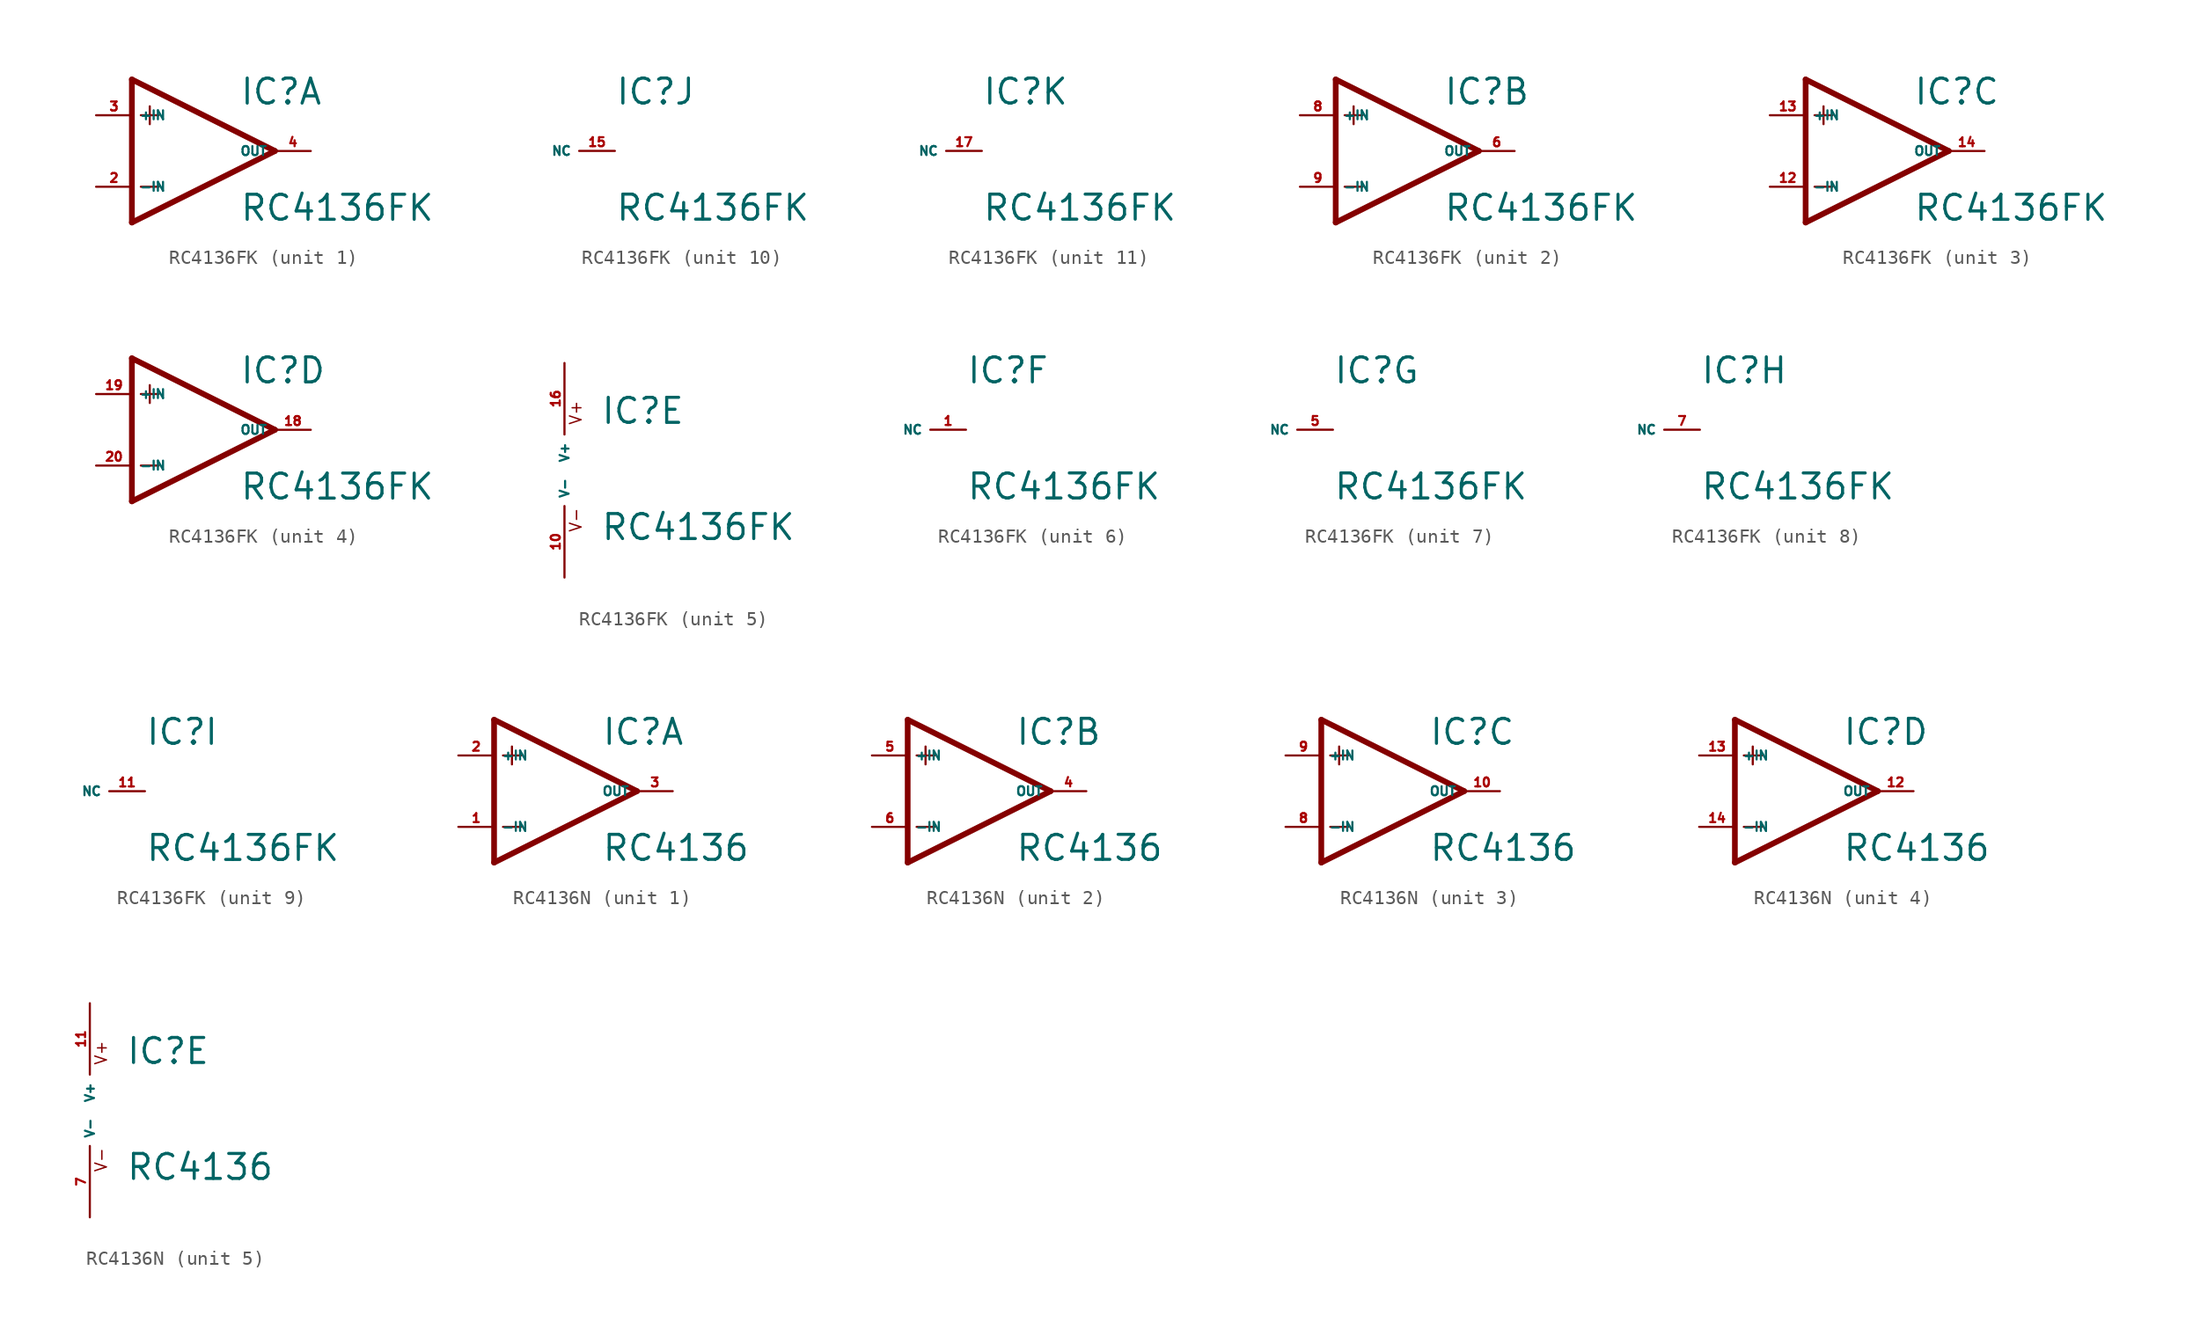
<source format=kicad_sym>
(kicad_symbol_lib
  (version 20220914)
  (generator Eagle2Kicad)
  (symbol "RC4136FK"
    (property "Reference" "IC"
      (at 2.54 3.175 0)
      (effects (font (size 1.778 1.778) (thickness 0.22)) (justify left bottom)))
    (property "Value" "RC4136FK"
      (at 2.54 -5.08 0)
      (effects (font (size 1.778 1.778) (thickness 0.22)) (justify left bottom)))
    (symbol "RC4136FK_1_0"
      (polyline (pts (xy -5.08 5.08) (xy -5.08 -5.08)) (stroke (width 0.406) (type default)) (fill (type none)))
      (polyline (pts (xy -5.08 -5.08) (xy 5.08 0)) (stroke (width 0.406) (type default)) (fill (type none)))
      (polyline (pts (xy 5.08 0) (xy -5.08 5.08)) (stroke (width 0.406) (type default)) (fill (type none)))
      (polyline (pts (xy -3.81 3.175) (xy -3.81 1.905)) (stroke (width 0.152) (type default)) (fill (type none)))
      (polyline (pts (xy -4.445 2.54) (xy -3.175 2.54)) (stroke (width 0.152) (type default)) (fill (type none)))
      (polyline (pts (xy -4.445 -2.54) (xy -3.175 -2.54)) (stroke (width 0.152) (type default)) (fill (type none)))
      (pin input line (at -7.62 -2.54 0) (length 2.54) (name "-IN" (effects (font (size 0.635 0.635) (thickness 0.08)) (justify left bottom))) (number "2" (effects (font (size 0.635 0.635) (thickness 0.08)) (justify left bottom))))
      (pin input line (at -7.62 2.54 0) (length 2.54) (name "+IN" (effects (font (size 0.635 0.635) (thickness 0.08)) (justify left bottom))) (number "3" (effects (font (size 0.635 0.635) (thickness 0.08)) (justify left bottom))))
      (pin output line (at 7.62 0 180) (length 2.54) (name "OUT" (effects (font (size 0.635 0.635) (thickness 0.08)) (justify left bottom))) (number "4" (effects (font (size 0.635 0.635) (thickness 0.08)) (justify left bottom)))))
    (symbol "RC4136FK_2_0"
      (polyline (pts (xy -5.08 5.08) (xy -5.08 -5.08)) (stroke (width 0.406) (type default)) (fill (type none)))
      (polyline (pts (xy -5.08 -5.08) (xy 5.08 0)) (stroke (width 0.406) (type default)) (fill (type none)))
      (polyline (pts (xy 5.08 0) (xy -5.08 5.08)) (stroke (width 0.406) (type default)) (fill (type none)))
      (polyline (pts (xy -3.81 3.175) (xy -3.81 1.905)) (stroke (width 0.152) (type default)) (fill (type none)))
      (polyline (pts (xy -4.445 2.54) (xy -3.175 2.54)) (stroke (width 0.152) (type default)) (fill (type none)))
      (polyline (pts (xy -4.445 -2.54) (xy -3.175 -2.54)) (stroke (width 0.152) (type default)) (fill (type none)))
      (pin input line (at -7.62 -2.54 0) (length 2.54) (name "-IN" (effects (font (size 0.635 0.635) (thickness 0.08)) (justify left bottom))) (number "9" (effects (font (size 0.635 0.635) (thickness 0.08)) (justify left bottom))))
      (pin input line (at -7.62 2.54 0) (length 2.54) (name "+IN" (effects (font (size 0.635 0.635) (thickness 0.08)) (justify left bottom))) (number "8" (effects (font (size 0.635 0.635) (thickness 0.08)) (justify left bottom))))
      (pin output line (at 7.62 0 180) (length 2.54) (name "OUT" (effects (font (size 0.635 0.635) (thickness 0.08)) (justify left bottom))) (number "6" (effects (font (size 0.635 0.635) (thickness 0.08)) (justify left bottom)))))
    (symbol "RC4136FK_3_0"
      (polyline (pts (xy -5.08 5.08) (xy -5.08 -5.08)) (stroke (width 0.406) (type default)) (fill (type none)))
      (polyline (pts (xy -5.08 -5.08) (xy 5.08 0)) (stroke (width 0.406) (type default)) (fill (type none)))
      (polyline (pts (xy 5.08 0) (xy -5.08 5.08)) (stroke (width 0.406) (type default)) (fill (type none)))
      (polyline (pts (xy -3.81 3.175) (xy -3.81 1.905)) (stroke (width 0.152) (type default)) (fill (type none)))
      (polyline (pts (xy -4.445 2.54) (xy -3.175 2.54)) (stroke (width 0.152) (type default)) (fill (type none)))
      (polyline (pts (xy -4.445 -2.54) (xy -3.175 -2.54)) (stroke (width 0.152) (type default)) (fill (type none)))
      (pin input line (at -7.62 -2.54 0) (length 2.54) (name "-IN" (effects (font (size 0.635 0.635) (thickness 0.08)) (justify left bottom))) (number "12" (effects (font (size 0.635 0.635) (thickness 0.08)) (justify left bottom))))
      (pin input line (at -7.62 2.54 0) (length 2.54) (name "+IN" (effects (font (size 0.635 0.635) (thickness 0.08)) (justify left bottom))) (number "13" (effects (font (size 0.635 0.635) (thickness 0.08)) (justify left bottom))))
      (pin output line (at 7.62 0 180) (length 2.54) (name "OUT" (effects (font (size 0.635 0.635) (thickness 0.08)) (justify left bottom))) (number "14" (effects (font (size 0.635 0.635) (thickness 0.08)) (justify left bottom)))))
    (symbol "RC4136FK_4_0"
      (polyline (pts (xy -5.08 5.08) (xy -5.08 -5.08)) (stroke (width 0.406) (type default)) (fill (type none)))
      (polyline (pts (xy -5.08 -5.08) (xy 5.08 0)) (stroke (width 0.406) (type default)) (fill (type none)))
      (polyline (pts (xy 5.08 0) (xy -5.08 5.08)) (stroke (width 0.406) (type default)) (fill (type none)))
      (polyline (pts (xy -3.81 3.175) (xy -3.81 1.905)) (stroke (width 0.152) (type default)) (fill (type none)))
      (polyline (pts (xy -4.445 2.54) (xy -3.175 2.54)) (stroke (width 0.152) (type default)) (fill (type none)))
      (polyline (pts (xy -4.445 -2.54) (xy -3.175 -2.54)) (stroke (width 0.152) (type default)) (fill (type none)))
      (pin input line (at -7.62 -2.54 0) (length 2.54) (name "-IN" (effects (font (size 0.635 0.635) (thickness 0.08)) (justify left bottom))) (number "20" (effects (font (size 0.635 0.635) (thickness 0.08)) (justify left bottom))))
      (pin input line (at -7.62 2.54 0) (length 2.54) (name "+IN" (effects (font (size 0.635 0.635) (thickness 0.08)) (justify left bottom))) (number "19" (effects (font (size 0.635 0.635) (thickness 0.08)) (justify left bottom))))
      (pin output line (at 7.62 0 180) (length 2.54) (name "OUT" (effects (font (size 0.635 0.635) (thickness 0.08)) (justify left bottom))) (number "18" (effects (font (size 0.635 0.635) (thickness 0.08)) (justify left bottom)))))
    (symbol "RC4136FK_5_0"
      (text "V+" (at 1.27 3.175 900) (effects (font (size 0.813 0.813) (thickness 0.10)) (justify left bottom)))
      (text "V-" (at 1.27 -4.445 900) (effects (font (size 0.813 0.813) (thickness 0.10)) (justify left bottom)))
      (pin unspecified line (at 0 7.62 270) (length 5.08) (name "V+" (effects (font (size 0.635 0.635) (thickness 0.08)) (justify left bottom))) (number "16" (effects (font (size 0.635 0.635) (thickness 0.08)) (justify left bottom))))
      (pin unspecified line (at 0 -7.62 90) (length 5.08) (name "V-" (effects (font (size 0.635 0.635) (thickness 0.08)) (justify left bottom))) (number "10" (effects (font (size 0.635 0.635) (thickness 0.08)) (justify left bottom)))))
    (symbol "RC4136FK_6_0"
      (pin passive line (at 2.54 0 180) (length 2.54) (name "NC" (effects (font (size 0.635 0.635) (thickness 0.08)) (justify left bottom))) (number "1" (effects (font (size 0.635 0.635) (thickness 0.08)) (justify left bottom)))))
    (symbol "RC4136FK_7_0"
      (pin passive line (at 2.54 0 180) (length 2.54) (name "NC" (effects (font (size 0.635 0.635) (thickness 0.08)) (justify left bottom))) (number "5" (effects (font (size 0.635 0.635) (thickness 0.08)) (justify left bottom)))))
    (symbol "RC4136FK_8_0"
      (pin passive line (at 2.54 0 180) (length 2.54) (name "NC" (effects (font (size 0.635 0.635) (thickness 0.08)) (justify left bottom))) (number "7" (effects (font (size 0.635 0.635) (thickness 0.08)) (justify left bottom)))))
    (symbol "RC4136FK_9_0"
      (pin passive line (at 2.54 0 180) (length 2.54) (name "NC" (effects (font (size 0.635 0.635) (thickness 0.08)) (justify left bottom))) (number "11" (effects (font (size 0.635 0.635) (thickness 0.08)) (justify left bottom)))))
    (symbol "RC4136FK_10_0"
      (pin passive line (at 2.54 0 180) (length 2.54) (name "NC" (effects (font (size 0.635 0.635) (thickness 0.08)) (justify left bottom))) (number "15" (effects (font (size 0.635 0.635) (thickness 0.08)) (justify left bottom)))))
    (symbol "RC4136FK_11_0"
      (pin passive line (at 2.54 0 180) (length 2.54) (name "NC" (effects (font (size 0.635 0.635) (thickness 0.08)) (justify left bottom))) (number "17" (effects (font (size 0.635 0.635) (thickness 0.08)) (justify left bottom))))))
  (symbol "RC4136N"
    (property "Reference" "IC"
      (at 2.54 3.175 0)
      (effects (font (size 1.778 1.778) (thickness 0.22)) (justify left bottom)))
    (property "Value" "RC4136"
      (at 2.54 -5.08 0)
      (effects (font (size 1.778 1.778) (thickness 0.22)) (justify left bottom)))
    (symbol "RC4136N_1_0"
      (polyline (pts (xy -5.08 5.08) (xy -5.08 -5.08)) (stroke (width 0.406) (type default)) (fill (type none)))
      (polyline (pts (xy -5.08 -5.08) (xy 5.08 0)) (stroke (width 0.406) (type default)) (fill (type none)))
      (polyline (pts (xy 5.08 0) (xy -5.08 5.08)) (stroke (width 0.406) (type default)) (fill (type none)))
      (polyline (pts (xy -3.81 3.175) (xy -3.81 1.905)) (stroke (width 0.152) (type default)) (fill (type none)))
      (polyline (pts (xy -4.445 2.54) (xy -3.175 2.54)) (stroke (width 0.152) (type default)) (fill (type none)))
      (polyline (pts (xy -4.445 -2.54) (xy -3.175 -2.54)) (stroke (width 0.152) (type default)) (fill (type none)))
      (pin input line (at -7.62 -2.54 0) (length 2.54) (name "-IN" (effects (font (size 0.635 0.635) (thickness 0.08)) (justify left bottom))) (number "1" (effects (font (size 0.635 0.635) (thickness 0.08)) (justify left bottom))))
      (pin input line (at -7.62 2.54 0) (length 2.54) (name "+IN" (effects (font (size 0.635 0.635) (thickness 0.08)) (justify left bottom))) (number "2" (effects (font (size 0.635 0.635) (thickness 0.08)) (justify left bottom))))
      (pin output line (at 7.62 0 180) (length 2.54) (name "OUT" (effects (font (size 0.635 0.635) (thickness 0.08)) (justify left bottom))) (number "3" (effects (font (size 0.635 0.635) (thickness 0.08)) (justify left bottom)))))
    (symbol "RC4136N_2_0"
      (polyline (pts (xy -5.08 5.08) (xy -5.08 -5.08)) (stroke (width 0.406) (type default)) (fill (type none)))
      (polyline (pts (xy -5.08 -5.08) (xy 5.08 0)) (stroke (width 0.406) (type default)) (fill (type none)))
      (polyline (pts (xy 5.08 0) (xy -5.08 5.08)) (stroke (width 0.406) (type default)) (fill (type none)))
      (polyline (pts (xy -3.81 3.175) (xy -3.81 1.905)) (stroke (width 0.152) (type default)) (fill (type none)))
      (polyline (pts (xy -4.445 2.54) (xy -3.175 2.54)) (stroke (width 0.152) (type default)) (fill (type none)))
      (polyline (pts (xy -4.445 -2.54) (xy -3.175 -2.54)) (stroke (width 0.152) (type default)) (fill (type none)))
      (pin input line (at -7.62 -2.54 0) (length 2.54) (name "-IN" (effects (font (size 0.635 0.635) (thickness 0.08)) (justify left bottom))) (number "6" (effects (font (size 0.635 0.635) (thickness 0.08)) (justify left bottom))))
      (pin input line (at -7.62 2.54 0) (length 2.54) (name "+IN" (effects (font (size 0.635 0.635) (thickness 0.08)) (justify left bottom))) (number "5" (effects (font (size 0.635 0.635) (thickness 0.08)) (justify left bottom))))
      (pin output line (at 7.62 0 180) (length 2.54) (name "OUT" (effects (font (size 0.635 0.635) (thickness 0.08)) (justify left bottom))) (number "4" (effects (font (size 0.635 0.635) (thickness 0.08)) (justify left bottom)))))
    (symbol "RC4136N_3_0"
      (polyline (pts (xy -5.08 5.08) (xy -5.08 -5.08)) (stroke (width 0.406) (type default)) (fill (type none)))
      (polyline (pts (xy -5.08 -5.08) (xy 5.08 0)) (stroke (width 0.406) (type default)) (fill (type none)))
      (polyline (pts (xy 5.08 0) (xy -5.08 5.08)) (stroke (width 0.406) (type default)) (fill (type none)))
      (polyline (pts (xy -3.81 3.175) (xy -3.81 1.905)) (stroke (width 0.152) (type default)) (fill (type none)))
      (polyline (pts (xy -4.445 2.54) (xy -3.175 2.54)) (stroke (width 0.152) (type default)) (fill (type none)))
      (polyline (pts (xy -4.445 -2.54) (xy -3.175 -2.54)) (stroke (width 0.152) (type default)) (fill (type none)))
      (pin input line (at -7.62 -2.54 0) (length 2.54) (name "-IN" (effects (font (size 0.635 0.635) (thickness 0.08)) (justify left bottom))) (number "8" (effects (font (size 0.635 0.635) (thickness 0.08)) (justify left bottom))))
      (pin input line (at -7.62 2.54 0) (length 2.54) (name "+IN" (effects (font (size 0.635 0.635) (thickness 0.08)) (justify left bottom))) (number "9" (effects (font (size 0.635 0.635) (thickness 0.08)) (justify left bottom))))
      (pin output line (at 7.62 0 180) (length 2.54) (name "OUT" (effects (font (size 0.635 0.635) (thickness 0.08)) (justify left bottom))) (number "10" (effects (font (size 0.635 0.635) (thickness 0.08)) (justify left bottom)))))
    (symbol "RC4136N_4_0"
      (polyline (pts (xy -5.08 5.08) (xy -5.08 -5.08)) (stroke (width 0.406) (type default)) (fill (type none)))
      (polyline (pts (xy -5.08 -5.08) (xy 5.08 0)) (stroke (width 0.406) (type default)) (fill (type none)))
      (polyline (pts (xy 5.08 0) (xy -5.08 5.08)) (stroke (width 0.406) (type default)) (fill (type none)))
      (polyline (pts (xy -3.81 3.175) (xy -3.81 1.905)) (stroke (width 0.152) (type default)) (fill (type none)))
      (polyline (pts (xy -4.445 2.54) (xy -3.175 2.54)) (stroke (width 0.152) (type default)) (fill (type none)))
      (polyline (pts (xy -4.445 -2.54) (xy -3.175 -2.54)) (stroke (width 0.152) (type default)) (fill (type none)))
      (pin input line (at -7.62 -2.54 0) (length 2.54) (name "-IN" (effects (font (size 0.635 0.635) (thickness 0.08)) (justify left bottom))) (number "14" (effects (font (size 0.635 0.635) (thickness 0.08)) (justify left bottom))))
      (pin input line (at -7.62 2.54 0) (length 2.54) (name "+IN" (effects (font (size 0.635 0.635) (thickness 0.08)) (justify left bottom))) (number "13" (effects (font (size 0.635 0.635) (thickness 0.08)) (justify left bottom))))
      (pin output line (at 7.62 0 180) (length 2.54) (name "OUT" (effects (font (size 0.635 0.635) (thickness 0.08)) (justify left bottom))) (number "12" (effects (font (size 0.635 0.635) (thickness 0.08)) (justify left bottom)))))
    (symbol "RC4136N_5_0"
      (text "V+" (at 1.27 3.175 900) (effects (font (size 0.813 0.813) (thickness 0.10)) (justify left bottom)))
      (text "V-" (at 1.27 -4.445 900) (effects (font (size 0.813 0.813) (thickness 0.10)) (justify left bottom)))
      (pin unspecified line (at 0 7.62 270) (length 5.08) (name "V+" (effects (font (size 0.635 0.635) (thickness 0.08)) (justify left bottom))) (number "11" (effects (font (size 0.635 0.635) (thickness 0.08)) (justify left bottom))))
      (pin unspecified line (at 0 -7.62 90) (length 5.08) (name "V-" (effects (font (size 0.635 0.635) (thickness 0.08)) (justify left bottom))) (number "7" (effects (font (size 0.635 0.635) (thickness 0.08)) (justify left bottom)))))))
</source>
